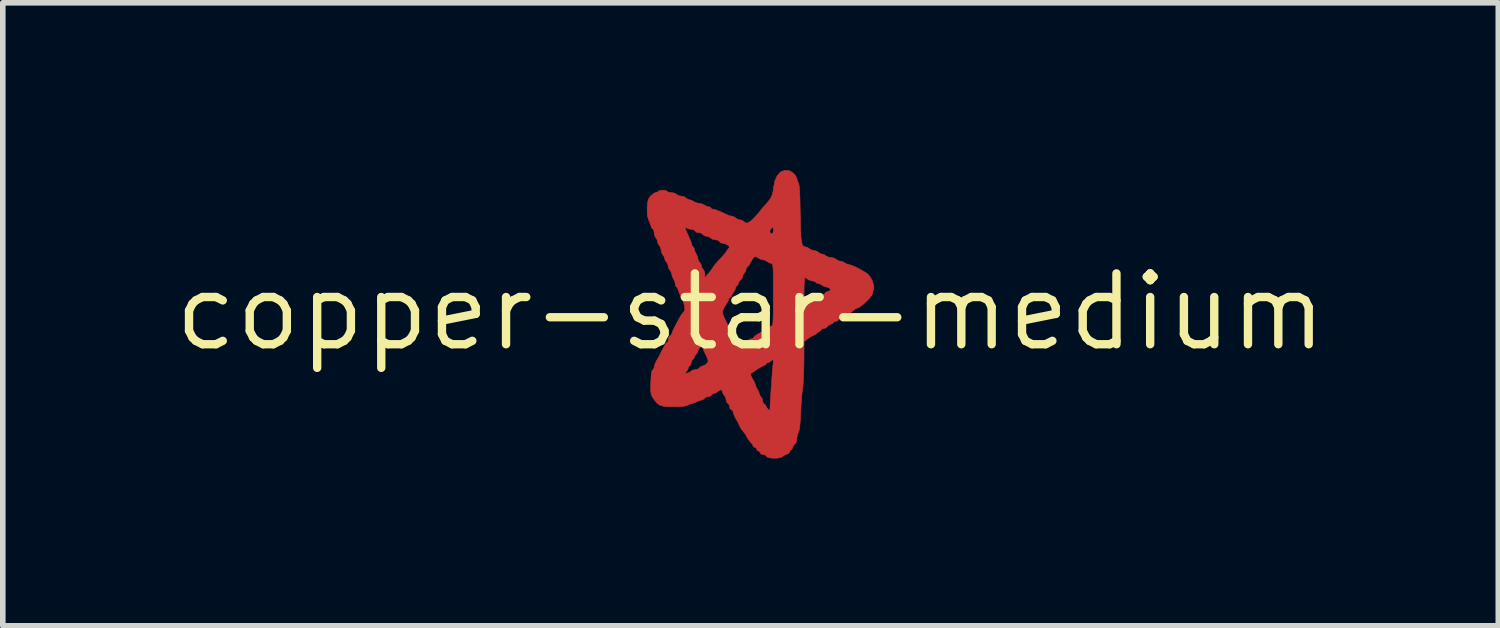
<source format=kicad_pcb>
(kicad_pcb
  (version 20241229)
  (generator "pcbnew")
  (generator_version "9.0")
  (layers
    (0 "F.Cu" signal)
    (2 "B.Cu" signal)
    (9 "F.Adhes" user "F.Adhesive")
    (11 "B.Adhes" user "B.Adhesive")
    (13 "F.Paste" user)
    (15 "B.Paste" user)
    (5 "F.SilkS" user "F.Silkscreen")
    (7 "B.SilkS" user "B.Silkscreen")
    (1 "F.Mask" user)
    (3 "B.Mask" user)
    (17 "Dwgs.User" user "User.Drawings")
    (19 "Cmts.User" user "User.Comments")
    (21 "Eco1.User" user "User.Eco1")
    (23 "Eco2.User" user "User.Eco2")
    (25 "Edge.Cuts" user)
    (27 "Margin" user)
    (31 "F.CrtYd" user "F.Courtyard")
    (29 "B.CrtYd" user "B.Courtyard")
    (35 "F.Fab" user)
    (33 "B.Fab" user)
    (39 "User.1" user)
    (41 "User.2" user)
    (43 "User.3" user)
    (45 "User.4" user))
  (footprint "copper-star-medium"
    (layer "F.Cu")
    (at 10.409 2.543)
    (property "Reference" "copper-star-medium" (at 0 0 0) (layer "F.SilkS") (effects (font (size 1.27 1.27) (thickness 0.15))))
    (attr through_hole)
    (fp_poly (pts (xy 0.348 2.618) (xy 0.302 2.604) (xy 0.29 2.591) (xy 0.261 2.566) (xy 0.227 2.559) (xy 0.186 2.548) (xy 0.176 2.528) (xy 0.159 2.5) (xy 0.144 2.496) (xy 0.116 2.479) (xy 0.113 2.464) (xy 0.096 2.436) (xy 0.081 2.432) (xy 0.053 2.42) (xy 0.049 2.41) (xy 0.036 2.381) (xy 0.003 2.339) (xy -0.004 2.331) (xy -0.043 2.282) (xy -0.068 2.24) (xy -0.069 2.236) (xy -0.092 2.195) (xy -0.129 2.146) (xy -0.132 2.144) (xy -0.171 2.093) (xy -0.196 2.045) (xy -0.197 2.044) (xy -0.217 1.997) (xy -0.25 1.937) (xy -0.261 1.92) (xy -0.292 1.861) (xy -0.309 1.81) (xy -0.311 1.798) (xy -0.324 1.763) (xy -0.343 1.755) (xy -0.368 1.737) (xy -0.374 1.704) (xy -0.386 1.661) (xy -0.406 1.642) (xy -0.431 1.613) (xy -0.438 1.578) (xy -0.45 1.528) (xy -0.47 1.501) (xy -0.497 1.459) (xy -0.501 1.435) (xy -0.515 1.402) (xy -0.547 1.399) (xy -0.585 1.426) (xy -0.586 1.427) (xy -0.627 1.454) (xy -0.65 1.459) (xy -0.688 1.474) (xy -0.699 1.49) (xy -0.728 1.515) (xy -0.765 1.522) (xy -0.805 1.529) (xy -0.819 1.543) (xy -0.837 1.563) (xy -0.876 1.578) (xy -0.94 1.6) (xy -0.987 1.621) (xy -1.038 1.642) (xy -1.074 1.649) (xy -1.117 1.663) (xy -1.132 1.674) (xy -1.167 1.687) (xy -1.24 1.696) (xy -1.347 1.701) (xy -1.374 1.701) (xy -1.489 1.699) (xy -1.572 1.69) (xy -1.633 1.669) (xy -1.681 1.632) (xy -1.727 1.575) (xy -1.747 1.546) (xy -1.77 1.508) (xy -1.783 1.469) (xy -1.79 1.42) (xy -1.791 1.348) (xy -1.789 1.26) (xy -1.783 1.149) (xy -1.773 1.077) (xy -1.76 1.044) (xy -1.755 1.041) (xy -1.734 1.015) (xy -1.728 0.986) (xy -1.717 0.94) (xy -1.689 0.88) (xy -1.675 0.855) (xy -1.641 0.798) (xy -1.617 0.751) (xy -1.611 0.739) (xy -1.589 0.692) (xy -1.579 0.676) (xy -1.555 0.63) (xy -1.539 0.596) (xy -1.515 0.56) (xy -1.497 0.549) (xy -1.48 0.53) (xy -1.475 0.495) (xy -1.464 0.45) (xy -1.443 0.429) (xy -1.415 0.404) (xy -1.411 0.391) (xy -1.401 0.356) (xy -1.371 0.291) (xy -1.325 0.202) (xy -1.265 0.094) (xy -1.25 0.067) (xy -1.22 0.023) (xy -1.198 -0.001) (xy -1.195 -0.002) (xy -1.181 -0.02) (xy -1.179 -0.064) (xy -1.187 -0.121) (xy -1.204 -0.175) (xy -1.209 -0.185) (xy -1.247 -0.265) (xy -1.279 -0.339) (xy -1.3 -0.397) (xy -1.306 -0.423) (xy -1.321 -0.445) (xy -1.327 -0.446) (xy -1.343 -0.464) (xy -1.348 -0.495) (xy -1.361 -0.552) (xy -1.379 -0.585) (xy -1.404 -0.637) (xy -1.411 -0.671) (xy -1.426 -0.72) (xy -1.443 -0.743) (xy -1.469 -0.784) (xy -1.475 -0.817) (xy -1.488 -0.867) (xy -1.507 -0.891) (xy -1.534 -0.931) (xy -1.538 -0.954) (xy -1.554 -0.999) (xy -1.57 -1.018) (xy -1.594 -1.058) (xy -1.602 -1.102) (xy -1.613 -1.155) (xy -1.634 -1.187) (xy -1.661 -1.23) (xy -1.665 -1.255) (xy -1.68 -1.304) (xy -1.697 -1.328) (xy -1.721 -1.372) (xy -1.729 -1.421) (xy -1.735 -1.465) (xy -1.749 -1.483) (xy -1.769 -1.501) (xy -1.782 -1.531) (xy -1.8 -1.583) (xy -1.826 -1.646) (xy -1.828 -1.65) (xy -1.849 -1.724) (xy -1.854 -1.827) (xy -1.852 -1.872) (xy -1.845 -1.958) (xy -1.833 -2.015) (xy -1.811 -2.056) (xy -1.789 -2.081) (xy -1.745 -2.12) (xy -1.707 -2.139) (xy -1.701 -2.14) (xy -1.664 -2.151) (xy -1.655 -2.161) (xy -1.627 -2.175) (xy -1.575 -2.182) (xy -1.569 -2.182) (xy -1.521 -2.177) (xy -1.497 -2.163) (xy -1.496 -2.161) (xy -1.478 -2.147) (xy -1.432 -2.14) (xy -1.425 -2.14) (xy -1.368 -2.131) (xy -1.328 -2.109) (xy -1.327 -2.108) (xy -1.287 -2.084) (xy -1.242 -2.076) (xy -1.189 -2.065) (xy -1.157 -2.044) (xy -1.119 -2.017) (xy -1.097 -2.012) (xy -1.053 -1.999) (xy -1.021 -1.98) (xy -0.967 -1.955) (xy -0.926 -1.948) (xy -0.867 -1.936) (xy -0.831 -1.917) (xy -0.783 -1.892) (xy -0.751 -1.886) (xy -0.719 -1.876) (xy -0.713 -1.864) (xy -0.696 -1.846) (xy -0.679 -1.843) (xy -0.632 -1.833) (xy -0.558 -1.806) (xy -0.467 -1.765) (xy -0.431 -1.747) (xy -0.376 -1.725) (xy -0.333 -1.716) (xy -0.288 -1.701) (xy -0.268 -1.685) (xy -0.227 -1.659) (xy -0.194 -1.653) (xy -0.145 -1.639) (xy -0.12 -1.621) (xy -0.086 -1.595) (xy -0.046 -1.597) (xy 0.005 -1.63) (xy 0.074 -1.697) (xy 0.074 -1.698) (xy 0.125 -1.752) (xy 0.161 -1.794) (xy 0.176 -1.814) (xy 0.176 -1.814) (xy 0.189 -1.834) (xy 0.213 -1.861) (xy 0.295 -1.951) (xy 0.351 -2.024) (xy 0.385 -2.091) (xy 0.404 -2.162) (xy 0.411 -2.215) (xy 0.434 -2.343) (xy 0.477 -2.441) (xy 0.536 -2.508) (xy 0.609 -2.538) (xy 0.694 -2.531) (xy 0.705 -2.527) (xy 0.76 -2.494) (xy 0.806 -2.445) (xy 0.831 -2.395) (xy 0.832 -2.384) (xy 0.844 -2.334) (xy 0.858 -2.313) (xy 0.867 -2.289) (xy 0.875 -2.238) (xy 0.881 -2.155) (xy 0.886 -2.037) (xy 0.889 -1.883) (xy 0.891 -1.774) (xy 0.894 -1.595) (xy 0.898 -1.465) (xy 0.409 -1.465) (xy 0.406 -1.508) (xy 0.394 -1.516) (xy 0.377 -1.505) (xy 0.35 -1.463) (xy 0.345 -1.439) (xy 0.359 -1.406) (xy 0.377 -1.399) (xy 0.402 -1.417) (xy 0.409 -1.465) (xy 0.898 -1.465) (xy 0.898 -1.455) (xy 0.904 -1.348) (xy 0.913 -1.27) (xy 0.924 -1.218) (xy 0.94 -1.186) (xy 0.96 -1.17) (xy 0.982 -1.166) (xy 1.004 -1.159) (xy -0.379 -1.159) (xy -0.388 -1.181) (xy -0.408 -1.197) (xy -0.461 -1.223) (xy -0.497 -1.229) (xy -0.54 -1.242) (xy -0.557 -1.261) (xy -0.585 -1.285) (xy -0.628 -1.293) (xy -0.681 -1.304) (xy -0.713 -1.325) (xy -0.754 -1.35) (xy -0.79 -1.356) (xy -0.834 -1.368) (xy -0.853 -1.388) (xy -0.882 -1.412) (xy -0.925 -1.42) (xy -0.972 -1.43) (xy -0.996 -1.452) (xy -1.025 -1.475) (xy -1.071 -1.483) (xy -1.12 -1.49) (xy -1.148 -1.506) (xy -1.167 -1.52) (xy -1.173 -1.518) (xy -1.169 -1.495) (xy -1.151 -1.445) (xy -1.12 -1.378) (xy -1.117 -1.372) (xy -1.085 -1.299) (xy -1.061 -1.238) (xy -1.052 -1.202) (xy -1.052 -1.201) (xy -1.041 -1.171) (xy -1.03 -1.166) (xy -1.013 -1.148) (xy -1.009 -1.128) (xy -0.997 -1.081) (xy -0.978 -1.048) (xy -0.953 -0.997) (xy -0.946 -0.962) (xy -0.932 -0.913) (xy -0.914 -0.891) (xy -0.887 -0.85) (xy -0.882 -0.827) (xy -0.867 -0.783) (xy -0.851 -0.764) (xy -0.827 -0.725) (xy -0.819 -0.675) (xy -0.819 -0.612) (xy -0.745 -0.7) (xy -0.704 -0.752) (xy -0.677 -0.79) (xy -0.671 -0.803) (xy -0.657 -0.824) (xy -0.621 -0.867) (xy -0.57 -0.924) (xy -0.554 -0.941) (xy -0.5 -1) (xy -0.459 -1.047) (xy -0.439 -1.074) (xy -0.438 -1.077) (xy -0.425 -1.1) (xy -0.402 -1.128) (xy -0.379 -1.159) (xy 1.004 -1.159) (xy 1.028 -1.152) (xy 1.051 -1.134) (xy 1.097 -1.109) (xy 1.135 -1.102) (xy 1.186 -1.09) (xy 1.213 -1.071) (xy 1.254 -1.044) (xy 1.278 -1.039) (xy 1.324 -1.025) (xy 1.348 -1.007) (xy 1.392 -0.984) (xy 1.442 -0.975) (xy 1.496 -0.965) (xy 1.531 -0.944) (xy 1.573 -0.917) (xy 1.602 -0.911) (xy 1.655 -0.898) (xy 1.688 -0.88) (xy 1.735 -0.855) (xy 1.764 -0.848) (xy 1.805 -0.838) (xy 1.87 -0.811) (xy 1.947 -0.773) (xy 2.022 -0.731) (xy 2.086 -0.691) (xy 2.107 -0.674) (xy 2.147 -0.626) (xy 2.182 -0.56) (xy 2.205 -0.49) (xy 2.213 -0.43) (xy 2.208 -0.409) (xy 1.433 -0.409) (xy 1.407 -0.434) (xy 1.374 -0.443) (xy 1.318 -0.458) (xy 1.283 -0.48) (xy 1.237 -0.505) (xy 1.212 -0.51) (xy 1.178 -0.519) (xy 1.171 -0.531) (xy 1.153 -0.547) (xy 1.122 -0.552) (xy 1.066 -0.565) (xy 1.032 -0.583) (xy 0.994 -0.608) (xy 0.975 -0.615) (xy 0.969 -0.595) (xy 0.964 -0.542) (xy 0.96 -0.462) (xy 0.959 -0.364) (xy 0.959 -0.362) (xy 0.959 -0.309) (xy 0.409 -0.309) (xy 0.409 -0.477) (xy 0.408 -0.608) (xy 0.407 -0.706) (xy 0.404 -0.776) (xy 0.4 -0.823) (xy 0.394 -0.851) (xy 0.386 -0.865) (xy 0.375 -0.869) (xy 0.369 -0.87) (xy 0.322 -0.885) (xy 0.303 -0.901) (xy 0.261 -0.927) (xy 0.23 -0.933) (xy 0.176 -0.946) (xy 0.143 -0.964) (xy 0.1 -0.99) (xy 0.067 -0.987) (xy 0.036 -0.951) (xy 0.009 -0.901) (xy -0.022 -0.847) (xy -0.048 -0.812) (xy -0.058 -0.806) (xy -0.075 -0.788) (xy -0.078 -0.766) (xy -0.093 -0.72) (xy -0.11 -0.7) (xy -0.137 -0.658) (xy -0.141 -0.634) (xy -0.155 -0.594) (xy -0.171 -0.582) (xy -0.199 -0.554) (xy -0.214 -0.519) (xy -0.231 -0.48) (xy -0.248 -0.467) (xy -0.265 -0.45) (xy -0.268 -0.428) (xy -0.284 -0.381) (xy -0.3 -0.362) (xy -0.327 -0.325) (xy -0.332 -0.305) (xy -0.349 -0.272) (xy -0.364 -0.263) (xy -0.392 -0.236) (xy -0.395 -0.22) (xy -0.408 -0.185) (xy -0.438 -0.135) (xy -0.448 -0.12) (xy -0.482 -0.065) (xy -0.5 -0.014) (xy -0.501 -0.005) (xy -0.5 0.023) (xy -0.493 0.052) (xy -0.476 0.093) (xy -0.446 0.156) (xy -0.431 0.185) (xy -0.407 0.239) (xy -0.396 0.279) (xy -0.395 0.283) (xy -0.381 0.319) (xy -0.364 0.337) (xy -0.34 0.377) (xy -0.332 0.422) (xy -0.322 0.469) (xy -0.3 0.493) (xy -0.276 0.521) (xy -0.268 0.558) (xy -0.258 0.601) (xy -0.228 0.612) (xy -0.189 0.597) (xy -0.176 0.58) (xy -0.147 0.554) (xy -0.124 0.549) (xy -0.076 0.533) (xy -0.057 0.517) (xy -0.016 0.49) (xy 0.007 0.485) (xy 0.044 0.472) (xy 0.055 0.458) (xy 0.079 0.432) (xy 0.127 0.4) (xy 0.147 0.389) (xy 0.205 0.357) (xy 0.249 0.328) (xy 0.257 0.321) (xy 0.297 0.298) (xy 0.315 0.295) (xy 0.342 0.283) (xy 0.345 0.273) (xy 0.363 0.255) (xy 0.377 0.252) (xy 0.387 0.248) (xy 0.394 0.23) (xy 0.4 0.196) (xy 0.404 0.141) (xy 0.407 0.059) (xy 0.408 -0.053) (xy 0.409 -0.201) (xy 0.409 -0.309) (xy 0.959 -0.309) (xy 0.96 -0.255) (xy 0.962 -0.184) (xy 0.966 -0.142) (xy 0.975 -0.123) (xy 0.988 -0.12) (xy 0.996 -0.123) (xy 1.044 -0.15) (xy 1.061 -0.165) (xy 1.101 -0.189) (xy 1.119 -0.192) (xy 1.147 -0.203) (xy 1.15 -0.211) (xy 1.167 -0.233) (xy 1.187 -0.243) (xy 1.246 -0.27) (xy 1.3 -0.301) (xy 1.334 -0.329) (xy 1.34 -0.34) (xy 1.358 -0.357) (xy 1.388 -0.365) (xy 1.428 -0.383) (xy 1.433 -0.409) (xy 2.208 -0.409) (xy 2.206 -0.401) (xy 2.19 -0.355) (xy 2.187 -0.331) (xy 2.172 -0.296) (xy 2.132 -0.245) (xy 2.077 -0.187) (xy 2.017 -0.133) (xy 1.962 -0.092) (xy 1.927 -0.074) (xy 1.878 -0.052) (xy 1.855 -0.036) (xy 1.801 0.009) (xy 1.762 0.035) (xy 1.725 0.05) (xy 1.689 0.068) (xy 1.679 0.082) (xy 1.661 0.1) (xy 1.626 0.113) (xy 1.586 0.13) (xy 1.573 0.147) (xy 1.555 0.164) (xy 1.531 0.168) (xy 1.496 0.176) (xy 1.488 0.188) (xy 1.47 0.209) (xy 1.437 0.222) (xy 1.393 0.243) (xy 1.374 0.265) (xy 1.346 0.289) (xy 1.319 0.295) (xy 1.278 0.308) (xy 1.263 0.326) (xy 1.237 0.354) (xy 1.222 0.358) (xy 1.195 0.369) (xy 1.192 0.378) (xy 1.174 0.399) (xy 1.144 0.413) (xy 1.096 0.435) (xy 1.039 0.472) (xy 1.028 0.48) (xy 0.959 0.532) (xy 0.958 0.859) (xy 0.409 0.859) (xy 0.4 0.854) (xy 0.381 0.87) (xy 0.379 0.872) (xy 0.362 0.884) (xy -0.761 0.884) (xy -0.766 0.852) (xy -0.787 0.802) (xy -0.824 0.726) (xy -0.831 0.711) (xy -0.853 0.659) (xy -0.861 0.621) (xy -0.869 0.607) (xy -0.896 0.626) (xy -0.903 0.633) (xy -0.935 0.674) (xy -0.946 0.705) (xy -0.961 0.742) (xy -0.978 0.76) (xy -1.004 0.796) (xy -1.009 0.816) (xy -1.021 0.842) (xy -1.029 0.845) (xy -1.046 0.863) (xy -1.062 0.907) (xy -1.062 0.908) (xy -1.078 0.953) (xy -1.095 0.972) (xy -1.096 0.972) (xy -1.113 0.989) (xy -1.115 1.002) (xy -1.129 1.041) (xy -1.148 1.066) (xy -1.17 1.091) (xy -1.157 1.099) (xy -1.14 1.099) (xy -1.092 1.083) (xy -1.073 1.067) (xy -1.033 1.043) (xy -0.988 1.035) (xy -0.94 1.025) (xy -0.917 1.004) (xy -0.888 0.977) (xy -0.865 0.972) (xy -0.821 0.957) (xy -0.787 0.929) (xy -0.768 0.906) (xy -0.761 0.884) (xy 0.362 0.884) (xy 0.339 0.9) (xy 0.312 0.908) (xy 0.285 0.92) (xy 0.282 0.928) (xy 0.264 0.949) (xy 0.236 0.963) (xy 0.191 0.984) (xy 0.131 1.02) (xy 0.107 1.037) (xy 0.054 1.074) (xy 0.013 1.099) (xy 0.002 1.104) (xy -0.001 1.125) (xy 0.018 1.17) (xy 0.035 1.2) (xy 0.068 1.257) (xy 0.088 1.303) (xy 0.091 1.317) (xy 0.103 1.355) (xy 0.122 1.386) (xy 0.147 1.432) (xy 0.154 1.461) (xy 0.17 1.503) (xy 0.187 1.522) (xy 0.212 1.563) (xy 0.218 1.599) (xy 0.226 1.637) (xy 0.24 1.649) (xy 0.265 1.666) (xy 0.276 1.686) (xy 0.296 1.723) (xy 0.321 1.754) (xy 0.341 1.768) (xy 0.346 1.762) (xy 0.351 1.669) (xy 0.358 1.555) (xy 0.366 1.428) (xy 0.375 1.299) (xy 0.383 1.177) (xy 0.391 1.072) (xy 0.398 0.993) (xy 0.401 0.962) (xy 0.408 0.893) (xy 0.409 0.859) (xy 0.958 0.859) (xy 0.957 0.884) (xy 0.955 1.014) (xy 0.951 1.139) (xy 0.946 1.248) (xy 0.939 1.332) (xy 0.934 1.363) (xy 0.926 1.431) (xy 0.917 1.529) (xy 0.908 1.647) (xy 0.901 1.772) (xy 0.899 1.812) (xy 0.891 1.961) (xy 0.881 2.069) (xy 0.869 2.137) (xy 0.859 2.16) (xy 0.841 2.198) (xy 0.832 2.256) (xy 0.832 2.268) (xy 0.824 2.33) (xy 0.803 2.36) (xy 0.802 2.361) (xy 0.775 2.388) (xy 0.76 2.423) (xy 0.743 2.462) (xy 0.726 2.475) (xy 0.707 2.492) (xy 0.705 2.506) (xy 0.687 2.534) (xy 0.653 2.55) (xy 0.603 2.572) (xy 0.576 2.593) (xy 0.541 2.612) (xy 0.482 2.622) (xy 0.413 2.624) (xy 0.348 2.618)) (stroke (width 0.01) (type solid)) (fill yes) (layer "F.Cu"))
    (fp_poly (pts (xy 0.348 2.618) (xy 0.302 2.604) (xy 0.29 2.591) (xy 0.261 2.566) (xy 0.227 2.559) (xy 0.186 2.548) (xy 0.176 2.528) (xy 0.159 2.5) (xy 0.144 2.496) (xy 0.116 2.479) (xy 0.113 2.464) (xy 0.096 2.436) (xy 0.081 2.432) (xy 0.053 2.42) (xy 0.049 2.41) (xy 0.036 2.381) (xy 0.003 2.339) (xy -0.004 2.331) (xy -0.043 2.282) (xy -0.068 2.24) (xy -0.069 2.236) (xy -0.092 2.195) (xy -0.129 2.146) (xy -0.132 2.144) (xy -0.171 2.093) (xy -0.196 2.045) (xy -0.197 2.044) (xy -0.217 1.997) (xy -0.25 1.937) (xy -0.261 1.92) (xy -0.292 1.861) (xy -0.309 1.81) (xy -0.311 1.798) (xy -0.324 1.763) (xy -0.343 1.755) (xy -0.368 1.737) (xy -0.374 1.704) (xy -0.386 1.661) (xy -0.406 1.642) (xy -0.431 1.613) (xy -0.438 1.578) (xy -0.45 1.528) (xy -0.47 1.501) (xy -0.497 1.459) (xy -0.501 1.435) (xy -0.515 1.402) (xy -0.547 1.399) (xy -0.585 1.426) (xy -0.586 1.427) (xy -0.627 1.454) (xy -0.65 1.459) (xy -0.688 1.474) (xy -0.699 1.49) (xy -0.728 1.515) (xy -0.765 1.522) (xy -0.805 1.529) (xy -0.819 1.543) (xy -0.837 1.563) (xy -0.876 1.578) (xy -0.94 1.6) (xy -0.987 1.621) (xy -1.038 1.642) (xy -1.074 1.649) (xy -1.117 1.663) (xy -1.132 1.674) (xy -1.167 1.687) (xy -1.24 1.696) (xy -1.347 1.701) (xy -1.374 1.701) (xy -1.489 1.699) (xy -1.572 1.69) (xy -1.633 1.669) (xy -1.681 1.632) (xy -1.727 1.575) (xy -1.747 1.546) (xy -1.77 1.508) (xy -1.783 1.469) (xy -1.79 1.42) (xy -1.791 1.348) (xy -1.789 1.26) (xy -1.783 1.149) (xy -1.773 1.077) (xy -1.76 1.044) (xy -1.755 1.041) (xy -1.734 1.015) (xy -1.728 0.986) (xy -1.717 0.94) (xy -1.689 0.88) (xy -1.675 0.855) (xy -1.641 0.798) (xy -1.617 0.751) (xy -1.611 0.739) (xy -1.589 0.692) (xy -1.579 0.676) (xy -1.555 0.63) (xy -1.539 0.596) (xy -1.515 0.56) (xy -1.497 0.549) (xy -1.48 0.53) (xy -1.475 0.495) (xy -1.464 0.45) (xy -1.443 0.429) (xy -1.415 0.404) (xy -1.411 0.391) (xy -1.401 0.356) (xy -1.371 0.291) (xy -1.325 0.202) (xy -1.265 0.094) (xy -1.25 0.067) (xy -1.22 0.023) (xy -1.198 -0.001) (xy -1.195 -0.002) (xy -1.181 -0.02) (xy -1.179 -0.064) (xy -1.187 -0.121) (xy -1.204 -0.175) (xy -1.209 -0.185) (xy -1.247 -0.265) (xy -1.279 -0.339) (xy -1.3 -0.397) (xy -1.306 -0.423) (xy -1.321 -0.445) (xy -1.327 -0.446) (xy -1.343 -0.464) (xy -1.348 -0.495) (xy -1.361 -0.552) (xy -1.379 -0.585) (xy -1.404 -0.637) (xy -1.411 -0.671) (xy -1.426 -0.72) (xy -1.443 -0.743) (xy -1.469 -0.784) (xy -1.475 -0.817) (xy -1.488 -0.867) (xy -1.507 -0.891) (xy -1.534 -0.931) (xy -1.538 -0.954) (xy -1.554 -0.999) (xy -1.57 -1.018) (xy -1.594 -1.058) (xy -1.602 -1.102) (xy -1.613 -1.155) (xy -1.634 -1.187) (xy -1.661 -1.23) (xy -1.665 -1.255) (xy -1.68 -1.304) (xy -1.697 -1.328) (xy -1.721 -1.372) (xy -1.729 -1.421) (xy -1.735 -1.465) (xy -1.749 -1.483) (xy -1.769 -1.501) (xy -1.782 -1.531) (xy -1.8 -1.583) (xy -1.826 -1.646) (xy -1.828 -1.65) (xy -1.849 -1.724) (xy -1.854 -1.827) (xy -1.852 -1.872) (xy -1.845 -1.958) (xy -1.833 -2.015) (xy -1.811 -2.056) (xy -1.789 -2.081) (xy -1.745 -2.12) (xy -1.707 -2.139) (xy -1.701 -2.14) (xy -1.664 -2.151) (xy -1.655 -2.161) (xy -1.627 -2.175) (xy -1.575 -2.182) (xy -1.569 -2.182) (xy -1.521 -2.177) (xy -1.497 -2.163) (xy -1.496 -2.161) (xy -1.478 -2.147) (xy -1.432 -2.14) (xy -1.425 -2.14) (xy -1.368 -2.131) (xy -1.328 -2.109) (xy -1.327 -2.108) (xy -1.287 -2.084) (xy -1.242 -2.076) (xy -1.189 -2.065) (xy -1.157 -2.044) (xy -1.119 -2.017) (xy -1.097 -2.012) (xy -1.053 -1.999) (xy -1.021 -1.98) (xy -0.967 -1.955) (xy -0.926 -1.948) (xy -0.867 -1.936) (xy -0.831 -1.917) (xy -0.783 -1.892) (xy -0.751 -1.886) (xy -0.719 -1.876) (xy -0.713 -1.864) (xy -0.696 -1.846) (xy -0.679 -1.843) (xy -0.632 -1.833) (xy -0.558 -1.806) (xy -0.467 -1.765) (xy -0.431 -1.747) (xy -0.376 -1.725) (xy -0.333 -1.716) (xy -0.288 -1.701) (xy -0.268 -1.685) (xy -0.227 -1.659) (xy -0.194 -1.653) (xy -0.145 -1.639) (xy -0.12 -1.621) (xy -0.086 -1.595) (xy -0.046 -1.597) (xy 0.005 -1.63) (xy 0.074 -1.697) (xy 0.074 -1.698) (xy 0.125 -1.752) (xy 0.161 -1.794) (xy 0.176 -1.814) (xy 0.176 -1.814) (xy 0.189 -1.834) (xy 0.213 -1.861) (xy 0.295 -1.951) (xy 0.351 -2.024) (xy 0.385 -2.091) (xy 0.404 -2.162) (xy 0.411 -2.215) (xy 0.434 -2.343) (xy 0.477 -2.441) (xy 0.536 -2.508) (xy 0.609 -2.538) (xy 0.694 -2.531) (xy 0.705 -2.527) (xy 0.76 -2.494) (xy 0.806 -2.445) (xy 0.831 -2.395) (xy 0.832 -2.384) (xy 0.844 -2.334) (xy 0.858 -2.313) (xy 0.867 -2.289) (xy 0.875 -2.238) (xy 0.881 -2.155) (xy 0.886 -2.037) (xy 0.889 -1.883) (xy 0.891 -1.774) (xy 0.894 -1.595) (xy 0.898 -1.465) (xy 0.409 -1.465) (xy 0.406 -1.508) (xy 0.394 -1.516) (xy 0.377 -1.505) (xy 0.35 -1.463) (xy 0.345 -1.439) (xy 0.359 -1.406) (xy 0.377 -1.399) (xy 0.402 -1.417) (xy 0.409 -1.465) (xy 0.898 -1.465) (xy 0.898 -1.455) (xy 0.904 -1.348) (xy 0.913 -1.27) (xy 0.924 -1.218) (xy 0.94 -1.186) (xy 0.96 -1.17) (xy 0.982 -1.166) (xy 1.004 -1.159) (xy -0.379 -1.159) (xy -0.388 -1.181) (xy -0.408 -1.197) (xy -0.461 -1.223) (xy -0.497 -1.229) (xy -0.54 -1.242) (xy -0.557 -1.261) (xy -0.585 -1.285) (xy -0.628 -1.293) (xy -0.681 -1.304) (xy -0.713 -1.325) (xy -0.754 -1.35) (xy -0.79 -1.356) (xy -0.834 -1.368) (xy -0.853 -1.388) (xy -0.882 -1.412) (xy -0.925 -1.42) (xy -0.972 -1.43) (xy -0.996 -1.452) (xy -1.025 -1.475) (xy -1.071 -1.483) (xy -1.12 -1.49) (xy -1.148 -1.506) (xy -1.167 -1.52) (xy -1.173 -1.518) (xy -1.169 -1.495) (xy -1.151 -1.445) (xy -1.12 -1.378) (xy -1.117 -1.372) (xy -1.085 -1.299) (xy -1.061 -1.238) (xy -1.052 -1.202) (xy -1.052 -1.201) (xy -1.041 -1.171) (xy -1.03 -1.166) (xy -1.013 -1.148) (xy -1.009 -1.128) (xy -0.997 -1.081) (xy -0.978 -1.048) (xy -0.953 -0.997) (xy -0.946 -0.962) (xy -0.932 -0.913) (xy -0.914 -0.891) (xy -0.887 -0.85) (xy -0.882 -0.827) (xy -0.867 -0.783) (xy -0.851 -0.764) (xy -0.827 -0.725) (xy -0.819 -0.675) (xy -0.819 -0.612) (xy -0.745 -0.7) (xy -0.704 -0.752) (xy -0.677 -0.79) (xy -0.671 -0.803) (xy -0.657 -0.824) (xy -0.621 -0.867) (xy -0.57 -0.924) (xy -0.554 -0.941) (xy -0.5 -1) (xy -0.459 -1.047) (xy -0.439 -1.074) (xy -0.438 -1.077) (xy -0.425 -1.1) (xy -0.402 -1.128) (xy -0.379 -1.159) (xy 1.004 -1.159) (xy 1.028 -1.152) (xy 1.051 -1.134) (xy 1.097 -1.109) (xy 1.135 -1.102) (xy 1.186 -1.09) (xy 1.213 -1.071) (xy 1.254 -1.044) (xy 1.278 -1.039) (xy 1.324 -1.025) (xy 1.348 -1.007) (xy 1.392 -0.984) (xy 1.442 -0.975) (xy 1.496 -0.965) (xy 1.531 -0.944) (xy 1.573 -0.917) (xy 1.602 -0.911) (xy 1.655 -0.898) (xy 1.688 -0.88) (xy 1.735 -0.855) (xy 1.764 -0.848) (xy 1.805 -0.838) (xy 1.87 -0.811) (xy 1.947 -0.773) (xy 2.022 -0.731) (xy 2.086 -0.691) (xy 2.107 -0.674) (xy 2.147 -0.626) (xy 2.182 -0.56) (xy 2.205 -0.49) (xy 2.213 -0.43) (xy 2.208 -0.409) (xy 1.433 -0.409) (xy 1.407 -0.434) (xy 1.374 -0.443) (xy 1.318 -0.458) (xy 1.283 -0.48) (xy 1.237 -0.505) (xy 1.212 -0.51) (xy 1.178 -0.519) (xy 1.171 -0.531) (xy 1.153 -0.547) (xy 1.122 -0.552) (xy 1.066 -0.565) (xy 1.032 -0.583) (xy 0.994 -0.608) (xy 0.975 -0.615) (xy 0.969 -0.595) (xy 0.964 -0.542) (xy 0.96 -0.462) (xy 0.959 -0.364) (xy 0.959 -0.362) (xy 0.959 -0.309) (xy 0.409 -0.309) (xy 0.409 -0.477) (xy 0.408 -0.608) (xy 0.407 -0.706) (xy 0.404 -0.776) (xy 0.4 -0.823) (xy 0.394 -0.851) (xy 0.386 -0.865) (xy 0.375 -0.869) (xy 0.369 -0.87) (xy 0.322 -0.885) (xy 0.303 -0.901) (xy 0.261 -0.927) (xy 0.23 -0.933) (xy 0.176 -0.946) (xy 0.143 -0.964) (xy 0.1 -0.99) (xy 0.067 -0.987) (xy 0.036 -0.951) (xy 0.009 -0.901) (xy -0.022 -0.847) (xy -0.048 -0.812) (xy -0.058 -0.806) (xy -0.075 -0.788) (xy -0.078 -0.766) (xy -0.093 -0.72) (xy -0.11 -0.7) (xy -0.137 -0.658) (xy -0.141 -0.634) (xy -0.155 -0.594) (xy -0.171 -0.582) (xy -0.199 -0.554) (xy -0.214 -0.519) (xy -0.231 -0.48) (xy -0.248 -0.467) (xy -0.265 -0.45) (xy -0.268 -0.428) (xy -0.284 -0.381) (xy -0.3 -0.362) (xy -0.327 -0.325) (xy -0.332 -0.305) (xy -0.349 -0.272) (xy -0.364 -0.263) (xy -0.392 -0.236) (xy -0.395 -0.22) (xy -0.408 -0.185) (xy -0.438 -0.135) (xy -0.448 -0.12) (xy -0.482 -0.065) (xy -0.5 -0.014) (xy -0.501 -0.005) (xy -0.5 0.023) (xy -0.493 0.052) (xy -0.476 0.093) (xy -0.446 0.156) (xy -0.431 0.185) (xy -0.407 0.239) (xy -0.396 0.279) (xy -0.395 0.283) (xy -0.381 0.319) (xy -0.364 0.337) (xy -0.34 0.377) (xy -0.332 0.422) (xy -0.322 0.469) (xy -0.3 0.493) (xy -0.276 0.521) (xy -0.268 0.558) (xy -0.258 0.601) (xy -0.228 0.612) (xy -0.189 0.597) (xy -0.176 0.58) (xy -0.147 0.554) (xy -0.124 0.549) (xy -0.076 0.533) (xy -0.057 0.517) (xy -0.016 0.49) (xy 0.007 0.485) (xy 0.044 0.472) (xy 0.055 0.458) (xy 0.079 0.432) (xy 0.127 0.4) (xy 0.147 0.389) (xy 0.205 0.357) (xy 0.249 0.328) (xy 0.257 0.321) (xy 0.297 0.298) (xy 0.315 0.295) (xy 0.342 0.283) (xy 0.345 0.273) (xy 0.363 0.255) (xy 0.377 0.252) (xy 0.387 0.248) (xy 0.394 0.23) (xy 0.4 0.196) (xy 0.404 0.141) (xy 0.407 0.059) (xy 0.408 -0.053) (xy 0.409 -0.201) (xy 0.409 -0.309) (xy 0.959 -0.309) (xy 0.96 -0.255) (xy 0.962 -0.184) (xy 0.966 -0.142) (xy 0.975 -0.123) (xy 0.988 -0.12) (xy 0.996 -0.123) (xy 1.044 -0.15) (xy 1.061 -0.165) (xy 1.101 -0.189) (xy 1.119 -0.192) (xy 1.147 -0.203) (xy 1.15 -0.211) (xy 1.167 -0.233) (xy 1.187 -0.243) (xy 1.246 -0.27) (xy 1.3 -0.301) (xy 1.334 -0.329) (xy 1.34 -0.34) (xy 1.358 -0.357) (xy 1.388 -0.365) (xy 1.428 -0.383) (xy 1.433 -0.409) (xy 2.208 -0.409) (xy 2.206 -0.401) (xy 2.19 -0.355) (xy 2.187 -0.331) (xy 2.172 -0.296) (xy 2.132 -0.245) (xy 2.077 -0.187) (xy 2.017 -0.133) (xy 1.962 -0.092) (xy 1.927 -0.074) (xy 1.878 -0.052) (xy 1.855 -0.036) (xy 1.801 0.009) (xy 1.762 0.035) (xy 1.725 0.05) (xy 1.689 0.068) (xy 1.679 0.082) (xy 1.661 0.1) (xy 1.626 0.113) (xy 1.586 0.13) (xy 1.573 0.147) (xy 1.555 0.164) (xy 1.531 0.168) (xy 1.496 0.176) (xy 1.488 0.188) (xy 1.47 0.209) (xy 1.437 0.222) (xy 1.393 0.243) (xy 1.374 0.265) (xy 1.346 0.289) (xy 1.319 0.295) (xy 1.278 0.308) (xy 1.263 0.326) (xy 1.237 0.354) (xy 1.222 0.358) (xy 1.195 0.369) (xy 1.192 0.378) (xy 1.174 0.399) (xy 1.144 0.413) (xy 1.096 0.435) (xy 1.039 0.472) (xy 1.028 0.48) (xy 0.959 0.532) (xy 0.958 0.859) (xy 0.409 0.859) (xy 0.4 0.854) (xy 0.381 0.87) (xy 0.379 0.872) (xy 0.362 0.884) (xy -0.761 0.884) (xy -0.766 0.852) (xy -0.787 0.802) (xy -0.824 0.726) (xy -0.831 0.711) (xy -0.853 0.659) (xy -0.861 0.621) (xy -0.869 0.607) (xy -0.896 0.626) (xy -0.903 0.633) (xy -0.935 0.674) (xy -0.946 0.705) (xy -0.961 0.742) (xy -0.978 0.76) (xy -1.004 0.796) (xy -1.009 0.816) (xy -1.021 0.842) (xy -1.029 0.845) (xy -1.046 0.863) (xy -1.062 0.907) (xy -1.062 0.908) (xy -1.078 0.953) (xy -1.095 0.972) (xy -1.096 0.972) (xy -1.113 0.989) (xy -1.115 1.002) (xy -1.129 1.041) (xy -1.148 1.066) (xy -1.17 1.091) (xy -1.157 1.099) (xy -1.14 1.099) (xy -1.092 1.083) (xy -1.073 1.067) (xy -1.033 1.043) (xy -0.988 1.035) (xy -0.94 1.025) (xy -0.917 1.004) (xy -0.888 0.977) (xy -0.865 0.972) (xy -0.821 0.957) (xy -0.787 0.929) (xy -0.768 0.906) (xy -0.761 0.884) (xy 0.362 0.884) (xy 0.339 0.9) (xy 0.312 0.908) (xy 0.285 0.92) (xy 0.282 0.928) (xy 0.264 0.949) (xy 0.236 0.963) (xy 0.191 0.984) (xy 0.131 1.02) (xy 0.107 1.037) (xy 0.054 1.074) (xy 0.013 1.099) (xy 0.002 1.104) (xy -0.001 1.125) (xy 0.018 1.17) (xy 0.035 1.2) (xy 0.068 1.257) (xy 0.088 1.303) (xy 0.091 1.317) (xy 0.103 1.355) (xy 0.122 1.386) (xy 0.147 1.432) (xy 0.154 1.461) (xy 0.17 1.503) (xy 0.187 1.522) (xy 0.212 1.563) (xy 0.218 1.599) (xy 0.226 1.637) (xy 0.24 1.649) (xy 0.265 1.666) (xy 0.276 1.686) (xy 0.296 1.723) (xy 0.321 1.754) (xy 0.341 1.768) (xy 0.346 1.762) (xy 0.351 1.669) (xy 0.358 1.555) (xy 0.366 1.428) (xy 0.375 1.299) (xy 0.383 1.177) (xy 0.391 1.072) (xy 0.398 0.993) (xy 0.401 0.962) (xy 0.408 0.893) (xy 0.409 0.859) (xy 0.958 0.859) (xy 0.957 0.884) (xy 0.955 1.014) (xy 0.951 1.139) (xy 0.946 1.248) (xy 0.939 1.332) (xy 0.934 1.363) (xy 0.926 1.431) (xy 0.917 1.529) (xy 0.908 1.647) (xy 0.901 1.772) (xy 0.899 1.812) (xy 0.891 1.961) (xy 0.881 2.069) (xy 0.869 2.137) (xy 0.859 2.16) (xy 0.841 2.198) (xy 0.832 2.256) (xy 0.832 2.268) (xy 0.824 2.33) (xy 0.803 2.36) (xy 0.802 2.361) (xy 0.775 2.388) (xy 0.76 2.423) (xy 0.743 2.462) (xy 0.726 2.475) (xy 0.707 2.492) (xy 0.705 2.506) (xy 0.687 2.534) (xy 0.653 2.55) (xy 0.603 2.572) (xy 0.576 2.593) (xy 0.541 2.612) (xy 0.482 2.622) (xy 0.413 2.624) (xy 0.348 2.618)) (stroke (width 0.01) (type solid)) (fill yes) (layer "F.Mask")))
  (gr_rect
    (start -3 -3)
    (end 23.818 8.172)
    (stroke (width 0.1) (type default))
    (fill no)
    (layer "Edge.Cuts")))
</source>
